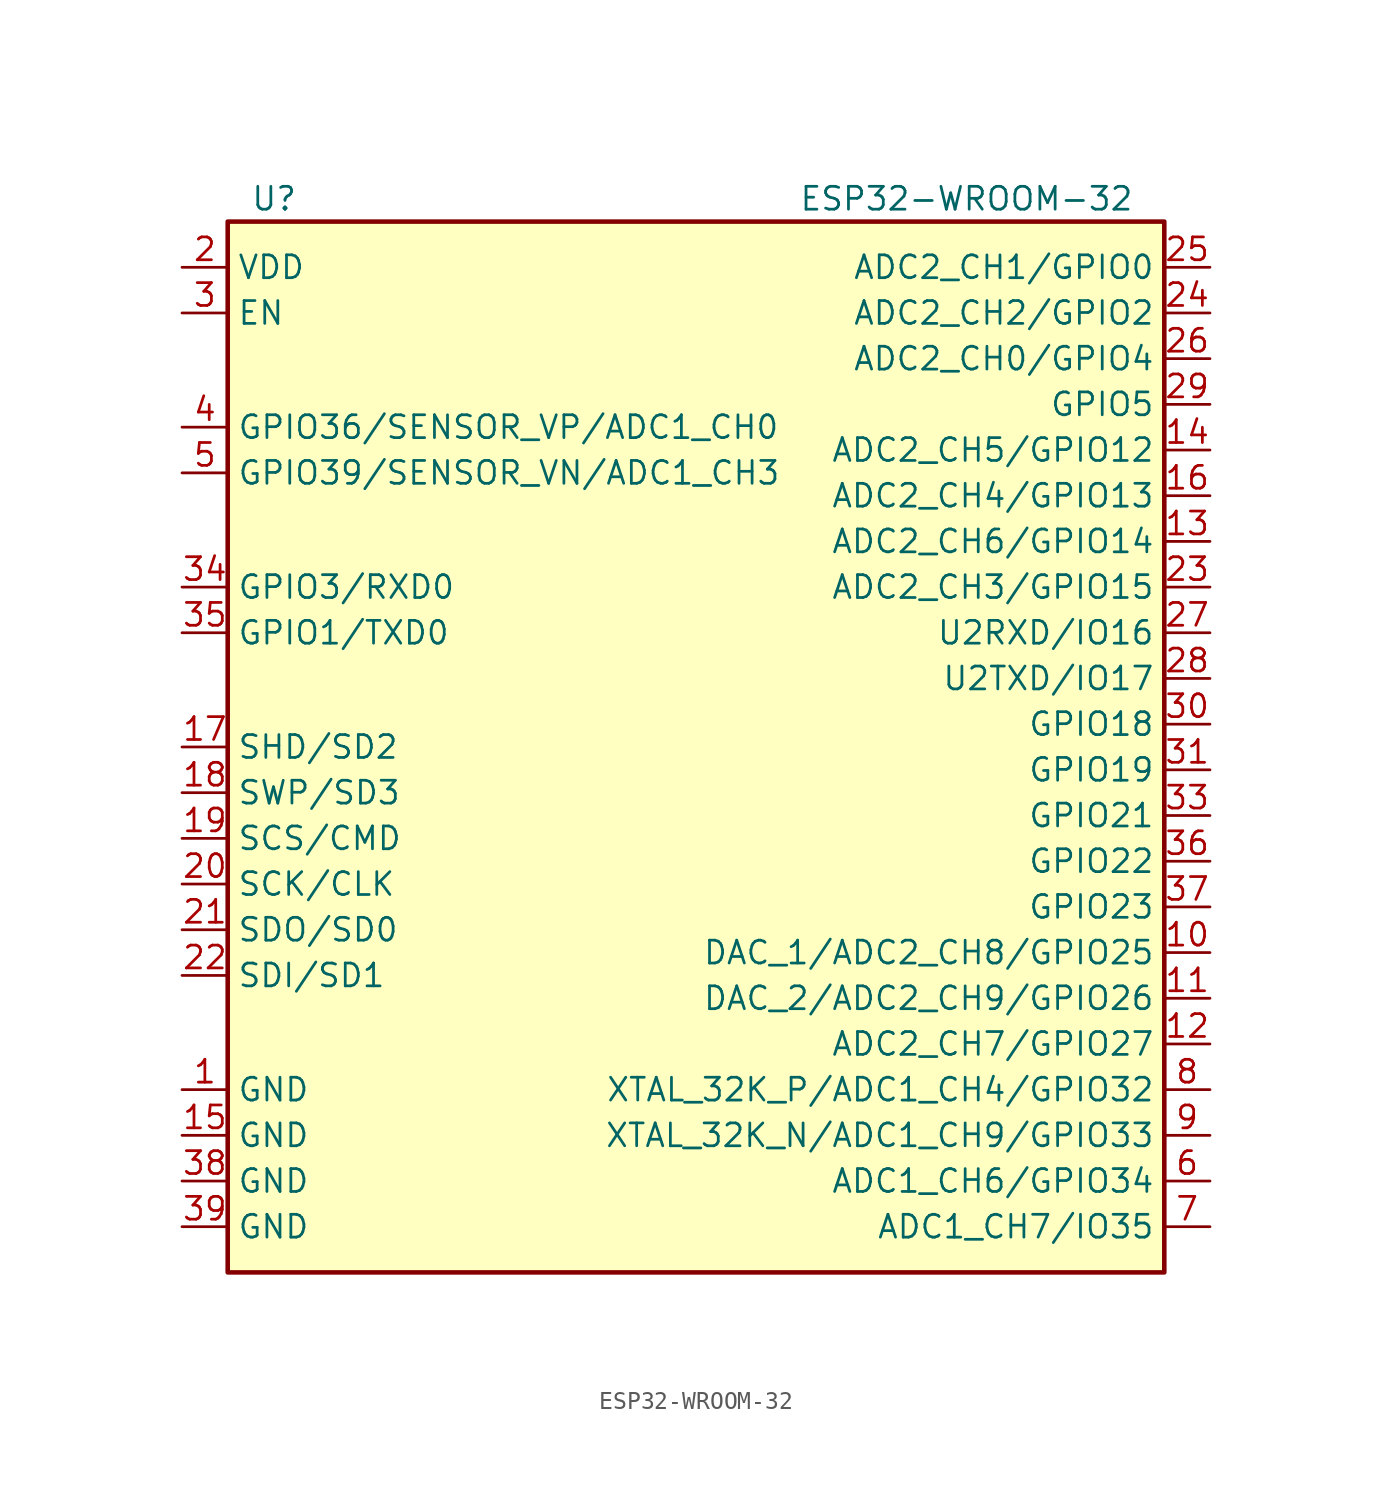
<source format=kicad_sym>
(kicad_symbol_lib
  (version 20220914)
  (generator kicad_symbol_editor)
  (symbol "ESP32-WROOM-32"
    (property "Reference" "U"
      (at -24.13 30.48 0)
      (effects (font (size 1.27 1.27)) (justify left)))
    (property "Value" "ESP32-WROOM-32"
      (at 6.35 30.48 0)
      (effects (font (size 1.27 1.27)) (justify left)))
    (symbol "ESP32-WROOM-32_0_1"
      (rectangle (start -25.4 29.21) (end 26.67 -29.21) (stroke (width 0.254) (type default)) (fill (type background))))
    (symbol "ESP32-WROOM-32_1_1"
      (pin power_in line (at -27.94 -19.05 0) (length 2.54) (name "GND" (effects (font (size 1.27 1.27)))) (number "1" (effects (font (size 1.27 1.27)))))
      (pin bidirectional line (at 29.21 -11.43 180) (length 2.54) (name "DAC_1/ADC2_CH8/GPIO25" (effects (font (size 1.27 1.27)))) (number "10" (effects (font (size 1.27 1.27)))))
      (pin bidirectional line (at 29.21 -13.97 180) (length 2.54) (name "DAC_2/ADC2_CH9/GPIO26" (effects (font (size 1.27 1.27)))) (number "11" (effects (font (size 1.27 1.27)))))
      (pin bidirectional line (at 29.21 -16.51 180) (length 2.54) (name "ADC2_CH7/GPIO27" (effects (font (size 1.27 1.27)))) (number "12" (effects (font (size 1.27 1.27)))))
      (pin bidirectional line (at 29.21 11.43 180) (length 2.54) (name "ADC2_CH6/GPIO14" (effects (font (size 1.27 1.27)))) (number "13" (effects (font (size 1.27 1.27)))))
      (pin bidirectional line (at 29.21 16.51 180) (length 2.54) (name "ADC2_CH5/GPIO12" (effects (font (size 1.27 1.27)))) (number "14" (effects (font (size 1.27 1.27)))))
      (pin power_in line (at -27.94 -21.59 0) (length 2.54) (name "GND" (effects (font (size 1.27 1.27)))) (number "15" (effects (font (size 1.27 1.27)))))
      (pin bidirectional line (at 29.21 13.97 180) (length 2.54) (name "ADC2_CH4/GPIO13" (effects (font (size 1.27 1.27)))) (number "16" (effects (font (size 1.27 1.27)))))
      (pin bidirectional line (at -27.94 0 0) (length 2.54) (name "SHD/SD2" (effects (font (size 1.27 1.27)))) (number "17" (effects (font (size 1.27 1.27)))))
      (pin bidirectional line (at -27.94 -2.54 0) (length 2.54) (name "SWP/SD3" (effects (font (size 1.27 1.27)))) (number "18" (effects (font (size 1.27 1.27)))))
      (pin bidirectional line (at -27.94 -5.08 0) (length 2.54) (name "SCS/CMD" (effects (font (size 1.27 1.27)))) (number "19" (effects (font (size 1.27 1.27)))))
      (pin power_in line (at -27.94 26.67 0) (length 2.54) (name "VDD" (effects (font (size 1.27 1.27)))) (number "2" (effects (font (size 1.27 1.27)))))
      (pin bidirectional line (at -27.94 -7.62 0) (length 2.54) (name "SCK/CLK" (effects (font (size 1.27 1.27)))) (number "20" (effects (font (size 1.27 1.27)))))
      (pin bidirectional line (at -27.94 -10.16 0) (length 2.54) (name "SDO/SD0" (effects (font (size 1.27 1.27)))) (number "21" (effects (font (size 1.27 1.27)))))
      (pin bidirectional line (at -27.94 -12.7 0) (length 2.54) (name "SDI/SD1" (effects (font (size 1.27 1.27)))) (number "22" (effects (font (size 1.27 1.27)))))
      (pin bidirectional line (at 29.21 8.89 180) (length 2.54) (name "ADC2_CH3/GPIO15" (effects (font (size 1.27 1.27)))) (number "23" (effects (font (size 1.27 1.27)))))
      (pin bidirectional line (at 29.21 24.13 180) (length 2.54) (name "ADC2_CH2/GPIO2" (effects (font (size 1.27 1.27)))) (number "24" (effects (font (size 1.27 1.27)))))
      (pin bidirectional line (at 29.21 26.67 180) (length 2.54) (name "ADC2_CH1/GPIO0" (effects (font (size 1.27 1.27)))) (number "25" (effects (font (size 1.27 1.27)))))
      (pin bidirectional line (at 29.21 21.59 180) (length 2.54) (name "ADC2_CH0/GPIO4" (effects (font (size 1.27 1.27)))) (number "26" (effects (font (size 1.27 1.27)))))
      (pin bidirectional line (at 29.21 6.35 180) (length 2.54) (name "U2RXD/IO16" (effects (font (size 1.27 1.27)))) (number "27" (effects (font (size 1.27 1.27)))))
      (pin bidirectional line (at 29.21 3.81 180) (length 2.54) (name "U2TXD/IO17" (effects (font (size 1.27 1.27)))) (number "28" (effects (font (size 1.27 1.27)))))
      (pin bidirectional line (at 29.21 19.05 180) (length 2.54) (name "GPIO5" (effects (font (size 1.27 1.27)))) (number "29" (effects (font (size 1.27 1.27)))))
      (pin input line (at -27.94 24.13 0) (length 2.54) (name "EN" (effects (font (size 1.27 1.27)))) (number "3" (effects (font (size 1.27 1.27)))))
      (pin bidirectional line (at 29.21 1.27 180) (length 2.54) (name "GPIO18" (effects (font (size 1.27 1.27)))) (number "30" (effects (font (size 1.27 1.27)))))
      (pin bidirectional line (at 29.21 -1.27 180) (length 2.54) (name "GPIO19" (effects (font (size 1.27 1.27)))) (number "31" (effects (font (size 1.27 1.27)))))
      (pin no_connect line (at -27.94 -15.24 0) (length 2.54) hide (name "NC" (effects (font (size 1.27 1.27)))) (number "32" (effects (font (size 1.27 1.27)))))
      (pin bidirectional line (at 29.21 -3.81 180) (length 2.54) (name "GPIO21" (effects (font (size 1.27 1.27)))) (number "33" (effects (font (size 1.27 1.27)))))
      (pin bidirectional line (at -27.94 8.89 0) (length 2.54) (name "GPIO3/RXD0" (effects (font (size 1.27 1.27)))) (number "34" (effects (font (size 1.27 1.27)))))
      (pin bidirectional line (at -27.94 6.35 0) (length 2.54) (name "GPIO1/TXD0" (effects (font (size 1.27 1.27)))) (number "35" (effects (font (size 1.27 1.27)))))
      (pin bidirectional line (at 29.21 -6.35 180) (length 2.54) (name "GPIO22" (effects (font (size 1.27 1.27)))) (number "36" (effects (font (size 1.27 1.27)))))
      (pin bidirectional line (at 29.21 -8.89 180) (length 2.54) (name "GPIO23" (effects (font (size 1.27 1.27)))) (number "37" (effects (font (size 1.27 1.27)))))
      (pin power_in line (at -27.94 -24.13 0) (length 2.54) (name "GND" (effects (font (size 1.27 1.27)))) (number "38" (effects (font (size 1.27 1.27)))))
      (pin power_in line (at -27.94 -26.67 0) (length 2.54) (name "GND" (effects (font (size 1.27 1.27)))) (number "39" (effects (font (size 1.27 1.27)))))
      (pin input line (at -27.94 17.78 0) (length 2.54) (name "GPIO36/SENSOR_VP/ADC1_CH0" (effects (font (size 1.27 1.27)))) (number "4" (effects (font (size 1.27 1.27)))))
      (pin input line (at -27.94 15.24 0) (length 2.54) (name "GPIO39/SENSOR_VN/ADC1_CH3" (effects (font (size 1.27 1.27)))) (number "5" (effects (font (size 1.27 1.27)))))
      (pin input line (at 29.21 -24.13 180) (length 2.54) (name "ADC1_CH6/GPIO34" (effects (font (size 1.27 1.27)))) (number "6" (effects (font (size 1.27 1.27)))))
      (pin input line (at 29.21 -26.67 180) (length 2.54) (name "ADC1_CH7/IO35" (effects (font (size 1.27 1.27)))) (number "7" (effects (font (size 1.27 1.27)))))
      (pin bidirectional line (at 29.21 -19.05 180) (length 2.54) (name "XTAL_32K_P/ADC1_CH4/GPIO32" (effects (font (size 1.27 1.27)))) (number "8" (effects (font (size 1.27 1.27)))))
      (pin bidirectional line (at 29.21 -21.59 180) (length 2.54) (name "XTAL_32K_N/ADC1_CH9/GPIO33" (effects (font (size 1.27 1.27)))) (number "9" (effects (font (size 1.27 1.27))))))))
</source>
